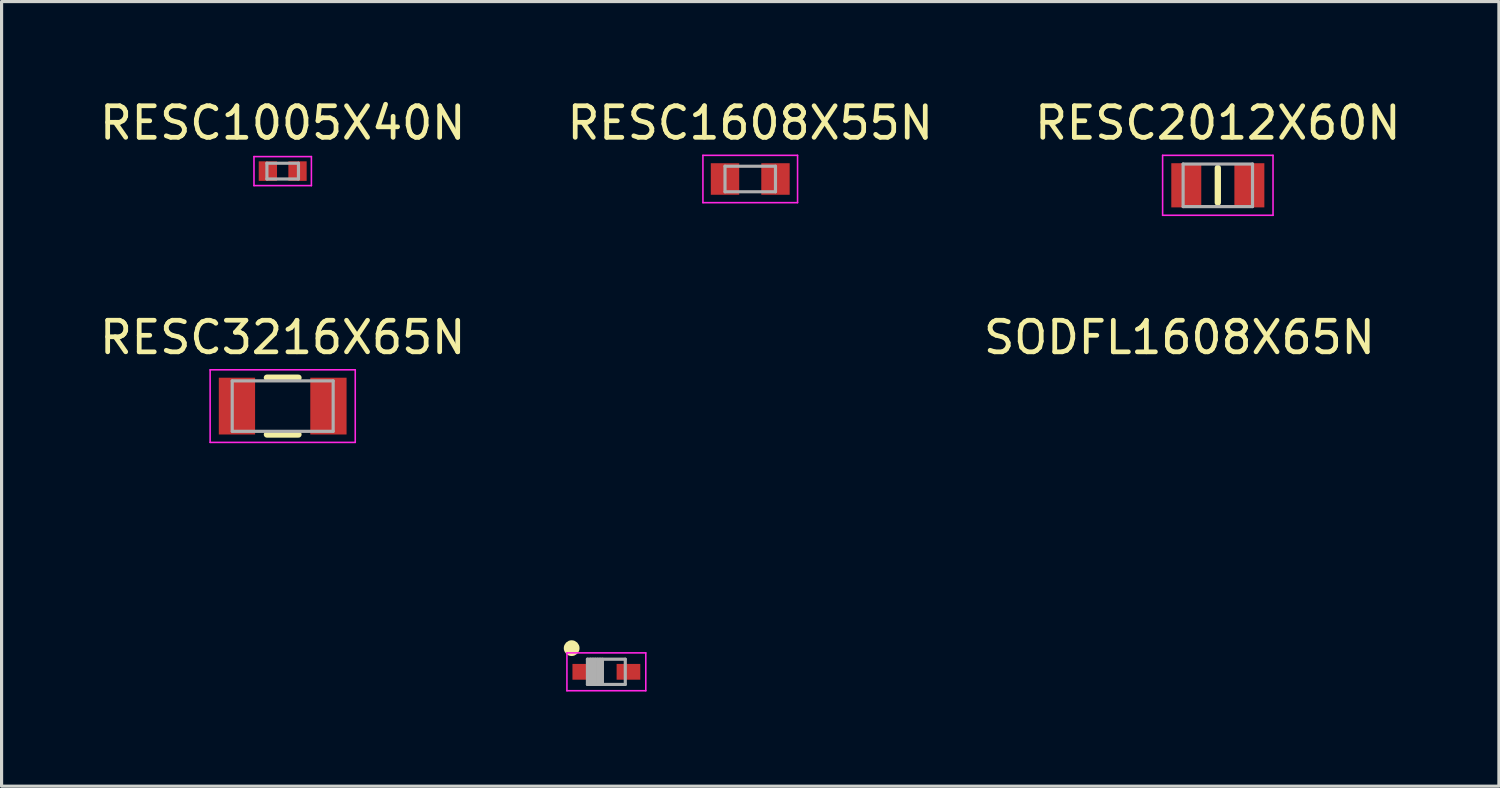
<source format=kicad_pcb>
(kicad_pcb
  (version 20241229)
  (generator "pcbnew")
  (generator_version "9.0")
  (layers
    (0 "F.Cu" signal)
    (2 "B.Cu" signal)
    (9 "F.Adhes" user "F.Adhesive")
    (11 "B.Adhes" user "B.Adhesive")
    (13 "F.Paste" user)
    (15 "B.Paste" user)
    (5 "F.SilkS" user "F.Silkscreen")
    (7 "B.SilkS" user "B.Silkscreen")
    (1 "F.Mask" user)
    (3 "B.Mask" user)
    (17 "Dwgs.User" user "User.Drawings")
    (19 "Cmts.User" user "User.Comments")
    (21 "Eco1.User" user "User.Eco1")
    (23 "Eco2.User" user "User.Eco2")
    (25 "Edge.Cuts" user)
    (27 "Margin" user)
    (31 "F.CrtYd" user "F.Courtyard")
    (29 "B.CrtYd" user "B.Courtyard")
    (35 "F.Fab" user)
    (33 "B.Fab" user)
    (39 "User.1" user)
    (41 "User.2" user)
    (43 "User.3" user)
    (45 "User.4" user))
  (footprint "RESC3216X65N"
    (layer "F.Cu")
    (at 5.911 9.823)
    (property "Reference" "RESC3216X65N" (at 0 -2.176 0) (layer "F.SilkS") (effects (font (size 1 1) (thickness 0.15))))
    (attr smd)
    (fp_line (start 0.5 -0.9) (end -0.5 -0.9) (stroke (width 0.2) (type solid)) (layer "F.SilkS"))
    (fp_line (start 0.5 0.9) (end -0.5 0.9) (stroke (width 0.2) (type solid)) (layer "F.SilkS"))
    (fp_line (start -2.3 -1.15) (end -2.3 1.15) (stroke (width 0.05) (type solid)) (layer "F.CrtYd"))
    (fp_line (start 2.3 -1.15) (end -2.3 -1.15) (stroke (width 0.05) (type solid)) (layer "F.CrtYd"))
    (fp_line (start 2.3 -1.15) (end 2.3 1.15) (stroke (width 0.05) (type solid)) (layer "F.CrtYd"))
    (fp_line (start 2.3 1.15) (end -2.3 1.15) (stroke (width 0.05) (type solid)) (layer "F.CrtYd"))
    (fp_line (start -1.6 -0.8) (end -1.6 0.8) (stroke (width 0.1) (type solid)) (layer "F.Fab"))
    (fp_line (start 1.6 -0.8) (end -1.6 -0.8) (stroke (width 0.1) (type solid)) (layer "F.Fab"))
    (fp_line (start 1.6 -0.8) (end 1.6 0.8) (stroke (width 0.1) (type solid)) (layer "F.Fab"))
    (fp_line (start 1.6 0.8) (end -1.6 0.8) (stroke (width 0.1) (type solid)) (layer "F.Fab"))
    (pad "1" smd rect (at -1.45 0 180) (size 1.15 1.8) (layers "F.Cu" "F.Mask" "F.Paste"))
    (pad "2" smd rect (at 1.45 0 180) (size 1.15 1.8) (layers "F.Cu" "F.Mask" "F.Paste")))
  (footprint "RESC2012X60N"
    (layer "F.Cu")
    (at 35.554 2.824)
    (property "Reference" "RESC2012X60N" (at 0 -1.976 0) (layer "F.SilkS") (effects (font (size 1 1) (thickness 0.15))))
    (attr smd)
    (fp_line (start 0 0.55) (end 0 -0.55) (stroke (width 0.2) (type solid)) (layer "F.SilkS"))
    (fp_line (start -1.75 -0.95) (end 1.75 -0.95) (stroke (width 0.05) (type solid)) (layer "F.CrtYd"))
    (fp_line (start -1.75 0.95) (end -1.75 -0.95) (stroke (width 0.05) (type solid)) (layer "F.CrtYd"))
    (fp_line (start -1.75 0.95) (end 1.75 0.95) (stroke (width 0.05) (type solid)) (layer "F.CrtYd"))
    (fp_line (start 1.75 0.95) (end 1.75 -0.95) (stroke (width 0.05) (type solid)) (layer "F.CrtYd"))
    (fp_line (start -1.1 -0.675) (end 1.1 -0.675) (stroke (width 0.1) (type solid)) (layer "F.Fab"))
    (fp_line (start -1.1 0.675) (end -1.1 -0.675) (stroke (width 0.1) (type solid)) (layer "F.Fab"))
    (fp_line (start -1.1 0.675) (end 1.1 0.675) (stroke (width 0.1) (type solid)) (layer "F.Fab"))
    (fp_line (start 1.1 0.675) (end 1.1 -0.675) (stroke (width 0.1) (type solid)) (layer "F.Fab"))
    (pad "1" smd rect (at -1 0) (size 0.95 1.4) (layers "F.Cu" "F.Mask" "F.Paste"))
    (pad "2" smd rect (at 1 0) (size 0.95 1.4) (layers "F.Cu" "F.Mask" "F.Paste")))
  (footprint "SODFL1608X65N"
    (layer "F.Cu")
    (at 16.171 18.246)
    (property "Reference" "SODFL1608X65N" (at 18.166 -10.599 0) (layer "F.SilkS") (effects (font (size 1 1) (thickness 0.15))))
    (attr smd)
    (fp_circle (center -1.1 -0.75) (end -0.975 -0.75) (stroke (width 0.25) (type solid)) (fill no) (layer "F.SilkS"))
    (fp_line (start -1.25 -0.6) (end 1.25 -0.6) (stroke (width 0.05) (type solid)) (layer "F.CrtYd"))
    (fp_line (start -1.25 0.6) (end -1.25 -0.6) (stroke (width 0.05) (type solid)) (layer "F.CrtYd"))
    (fp_line (start -1.25 0.6) (end 1.25 0.6) (stroke (width 0.05) (type solid)) (layer "F.CrtYd"))
    (fp_line (start 1.25 0.6) (end 1.25 -0.6) (stroke (width 0.05) (type solid)) (layer "F.CrtYd"))
    (fp_line (start -0.6 -0.4) (end 0.6 -0.4) (stroke (width 0.1) (type solid)) (layer "F.Fab"))
    (fp_line (start -0.6 0.4) (end -0.6 -0.4) (stroke (width 0.1) (type solid)) (layer "F.Fab"))
    (fp_line (start -0.6 0.4) (end 0.6 0.4) (stroke (width 0.1) (type solid)) (layer "F.Fab"))
    (fp_line (start -0.5 0.4) (end -0.5 -0.4) (stroke (width 0.1) (type solid)) (layer "F.Fab"))
    (fp_line (start -0.425 0.4) (end -0.425 -0.4) (stroke (width 0.1) (type solid)) (layer "F.Fab"))
    (fp_line (start -0.35 0.4) (end -0.35 -0.4) (stroke (width 0.1) (type solid)) (layer "F.Fab"))
    (fp_line (start -0.275 0.4) (end -0.275 -0.4) (stroke (width 0.1) (type solid)) (layer "F.Fab"))
    (fp_line (start -0.2 0.4) (end -0.2 -0.4) (stroke (width 0.1) (type solid)) (layer "F.Fab"))
    (fp_line (start -0.2 0.4) (end -0.175 0.4) (stroke (width 0.1) (type solid)) (layer "F.Fab"))
    (fp_line (start -0.125 0.4) (end -0.125 -0.4) (stroke (width 0.1) (type solid)) (layer "F.Fab"))
    (fp_line (start 0.6 0.4) (end 0.6 -0.4) (stroke (width 0.1) (type solid)) (layer "F.Fab"))
    (pad "1" smd rect (at -0.7 0) (size 0.75 0.5) (layers "F.Cu" "F.Mask" "F.Paste"))
    (pad "2" smd rect (at 0.7 0) (size 0.75 0.5) (layers "F.Cu" "F.Mask" "F.Paste")))
  (footprint "RESC1005X40N"
    (layer "F.Cu")
    (at 5.911 2.374)
    (property "Reference" "RESC1005X40N" (at 0 -1.526 0) (layer "F.SilkS") (effects (font (size 1 1) (thickness 0.15))))
    (attr smd)
    (fp_line (start -0.91 -0.46) (end -0.91 0.46) (stroke (width 0.05) (type solid)) (layer "F.CrtYd"))
    (fp_line (start 0.91 -0.46) (end -0.91 -0.46) (stroke (width 0.05) (type solid)) (layer "F.CrtYd"))
    (fp_line (start 0.91 -0.46) (end 0.91 0.46) (stroke (width 0.05) (type solid)) (layer "F.CrtYd"))
    (fp_line (start 0.91 0.46) (end -0.91 0.46) (stroke (width 0.05) (type solid)) (layer "F.CrtYd"))
    (fp_line (start -0.5 -0.25) (end -0.5 0.25) (stroke (width 0.1) (type solid)) (layer "F.Fab"))
    (fp_line (start 0.5 -0.25) (end -0.5 -0.25) (stroke (width 0.1) (type solid)) (layer "F.Fab"))
    (fp_line (start 0.5 -0.25) (end 0.5 0.25) (stroke (width 0.1) (type solid)) (layer "F.Fab"))
    (fp_line (start 0.5 0.25) (end -0.5 0.25) (stroke (width 0.1) (type solid)) (layer "F.Fab"))
    (pad "1" smd rect (at -0.47 0 270) (size 0.62 0.58) (layers "F.Cu" "F.Mask" "F.Paste"))
    (pad "2" smd rect (at 0.47 0 270) (size 0.62 0.58) (layers "F.Cu" "F.Mask" "F.Paste")))
  (footprint "RESC1608X55N"
    (layer "F.Cu")
    (at 20.732 2.624)
    (property "Reference" "RESC1608X55N" (at 0 -1.776 0) (layer "F.SilkS") (effects (font (size 1 1) (thickness 0.15))))
    (attr smd)
    (fp_line (start -1.5 -0.75) (end 1.5 -0.75) (stroke (width 0.05) (type solid)) (layer "F.CrtYd"))
    (fp_line (start -1.5 0.75) (end -1.5 -0.75) (stroke (width 0.05) (type solid)) (layer "F.CrtYd"))
    (fp_line (start -1.5 0.75) (end 1.5 0.75) (stroke (width 0.05) (type solid)) (layer "F.CrtYd"))
    (fp_line (start 1.5 0.75) (end 1.5 -0.75) (stroke (width 0.05) (type solid)) (layer "F.CrtYd"))
    (fp_line (start -0.8 -0.405) (end 0.8 -0.405) (stroke (width 0.1) (type solid)) (layer "F.Fab"))
    (fp_line (start -0.8 0.405) (end -0.8 -0.405) (stroke (width 0.1) (type solid)) (layer "F.Fab"))
    (fp_line (start -0.8 0.405) (end 0.8 0.405) (stroke (width 0.1) (type solid)) (layer "F.Fab"))
    (fp_line (start 0.8 0.405) (end 0.8 -0.405) (stroke (width 0.1) (type solid)) (layer "F.Fab"))
    (pad "1" smd rect (at -0.8 0) (size 0.9 1) (layers "F.Cu" "F.Mask" "F.Paste"))
    (pad "2" smd rect (at 0.8 0) (size 0.9 1) (layers "F.Cu" "F.Mask" "F.Paste")))
  (gr_rect
    (start -3 -3)
    (end 44.464 21.871)
    (stroke (width 0.1) (type default))
    (fill no)
    (layer "Edge.Cuts")))
</source>
